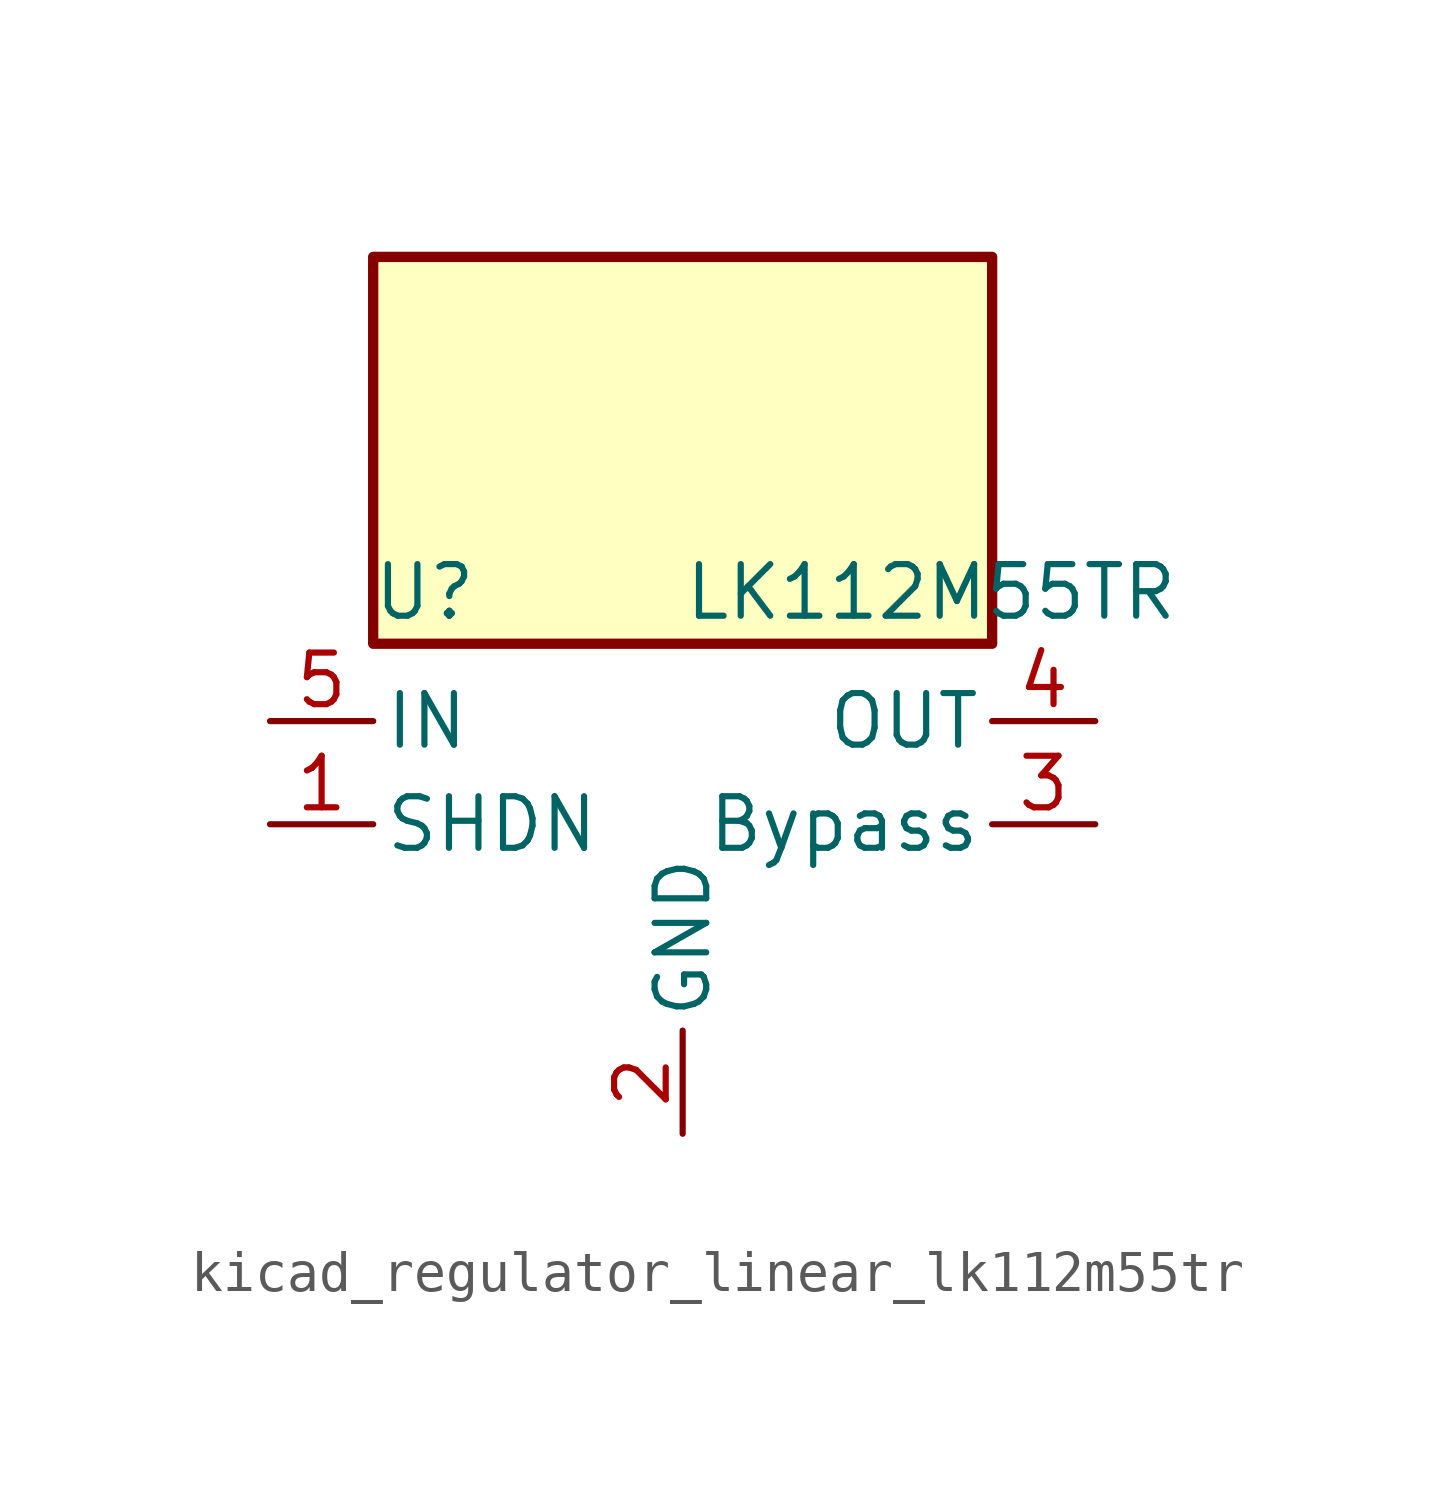
<source format=kicad_sym>
(kicad_symbol_lib
  (version 20220914)
  (generator kicad_symbol_editor)
  (symbol "kicad_regulator_linear_lk112m55tr"
    (pin_names
      (offset 0.254))
    (property "Reference" "U"
      (at -6.35 5.715 0)
      (effects (font (size 1.27 1.27))))
    (property "Value" "LK112M55TR"
      (at 0 5.715 0)
      (effects (font (size 1.27 1.27)) (justify left)))
    (symbol "kicad_regulator_linear_lk112m55tr_0_1"
      (rectangle (start 7.62 13.97) (end -7.62 4.445) (stroke (width 0.254) (type default)) (fill (type background))))
    (symbol "kicad_regulator_linear_lk112m55tr_1_1"
      (pin input line (at -10.16 0 0) (length 2.54) (name "SHDN" (effects (font (size 1.27 1.27)))) (number "1" (effects (font (size 1.27 1.27)))))
      (pin power_in line (at 0 -7.62 90) (length 2.54) (name "GND" (effects (font (size 1.27 1.27)))) (number "2" (effects (font (size 1.27 1.27)))))
      (pin passive line (at 10.16 0 180) (length 2.54) (name "Bypass" (effects (font (size 1.27 1.27)))) (number "3" (effects (font (size 1.27 1.27)))))
      (pin power_out line (at 10.16 2.54 180) (length 2.54) (name "OUT" (effects (font (size 1.27 1.27)))) (number "4" (effects (font (size 1.27 1.27)))))
      (pin power_in line (at -10.16 2.54 0) (length 2.54) (name "IN" (effects (font (size 1.27 1.27)))) (number "5" (effects (font (size 1.27 1.27))))))))
</source>
